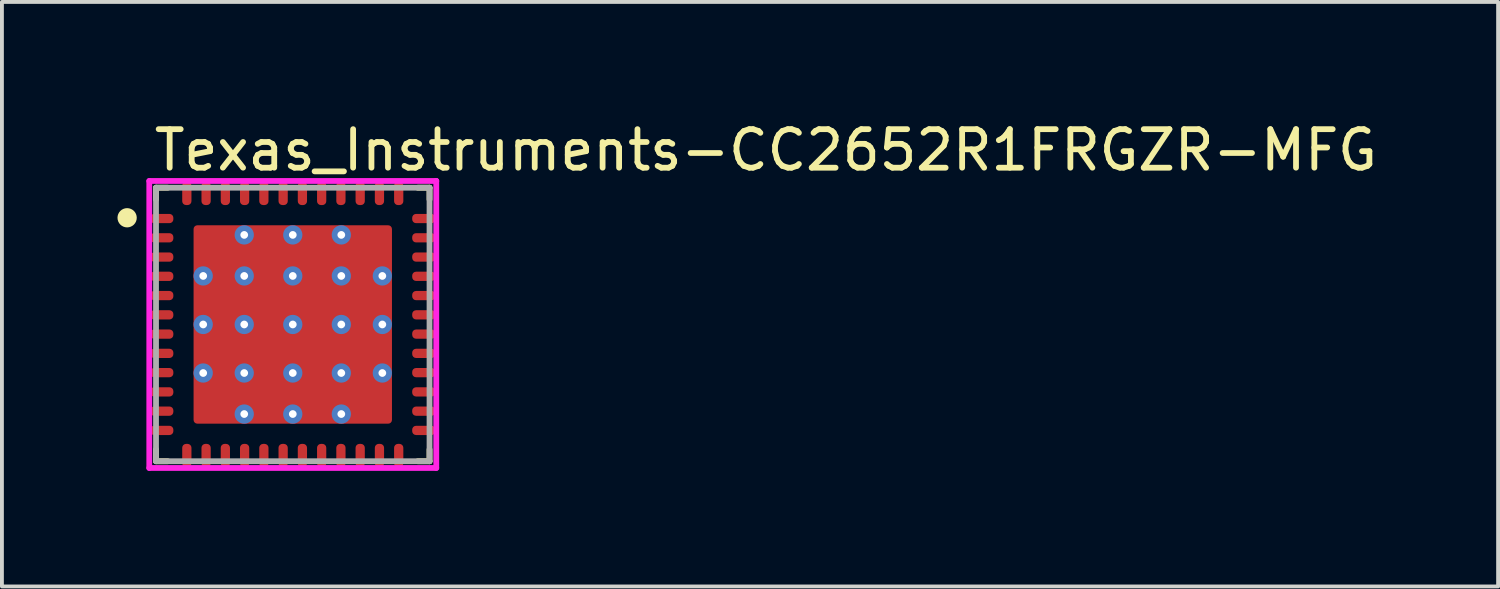
<source format=kicad_pcb>
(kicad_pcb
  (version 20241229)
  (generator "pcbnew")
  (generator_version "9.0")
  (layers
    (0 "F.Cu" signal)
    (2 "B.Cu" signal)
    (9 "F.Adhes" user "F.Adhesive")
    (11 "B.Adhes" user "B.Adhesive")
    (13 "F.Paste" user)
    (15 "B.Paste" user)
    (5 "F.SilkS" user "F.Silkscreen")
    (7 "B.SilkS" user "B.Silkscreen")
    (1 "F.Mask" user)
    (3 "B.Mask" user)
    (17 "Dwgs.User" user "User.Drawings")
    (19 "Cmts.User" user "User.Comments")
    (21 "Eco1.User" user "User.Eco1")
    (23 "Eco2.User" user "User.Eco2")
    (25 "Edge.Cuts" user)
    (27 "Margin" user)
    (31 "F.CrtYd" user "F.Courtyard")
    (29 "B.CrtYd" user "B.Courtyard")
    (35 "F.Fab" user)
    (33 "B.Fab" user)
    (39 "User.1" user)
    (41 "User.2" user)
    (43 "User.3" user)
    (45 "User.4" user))
  (footprint "Texas_Instruments-CC2652R1FRGZR-MFG"
    (layer "F.Cu")
    (at 4.55 5.373)
    (property "Reference" "Texas_Instruments-CC2652R1FRGZR-MFG" (at -3.675 -4.525 0) (layer "F.SilkS") (effects (font (size 1 1) (thickness 0.15)) (justify left)))
    (attr through_hole)
    (fp_line (start -3.55 -3.55) (end -3.245 -3.55) (stroke (width 0.15) (type solid)) (layer "F.SilkS"))
    (fp_line (start -3.55 -3.245) (end -3.55 -3.55) (stroke (width 0.15) (type solid)) (layer "F.SilkS"))
    (fp_line (start -3.55 3.55) (end -3.55 3.245) (stroke (width 0.15) (type solid)) (layer "F.SilkS"))
    (fp_line (start -3.55 3.55) (end -3.245 3.55) (stroke (width 0.15) (type solid)) (layer "F.SilkS"))
    (fp_line (start 3.245 -3.55) (end 3.55 -3.55) (stroke (width 0.15) (type solid)) (layer "F.SilkS"))
    (fp_line (start 3.245 3.55) (end 3.55 3.55) (stroke (width 0.15) (type solid)) (layer "F.SilkS"))
    (fp_line (start 3.55 -3.245) (end 3.55 -3.55) (stroke (width 0.15) (type solid)) (layer "F.SilkS"))
    (fp_line (start 3.55 3.55) (end 3.55 3.245) (stroke (width 0.15) (type solid)) (layer "F.SilkS"))
    (fp_circle (center -4.3 -2.77) (end -4.175 -2.77) (stroke (width 0.25) (type solid)) (fill no) (layer "F.SilkS"))
    (fp_line (start -3.725 -3.725) (end -3.725 3.725) (stroke (width 0.15) (type solid)) (layer "F.CrtYd"))
    (fp_line (start -3.725 3.725) (end 3.725 3.725) (stroke (width 0.15) (type solid)) (layer "F.CrtYd"))
    (fp_line (start 3.725 -3.725) (end -3.725 -3.725) (stroke (width 0.15) (type solid)) (layer "F.CrtYd"))
    (fp_line (start 3.725 -3.725) (end 3.725 -3.725) (stroke (width 0.15) (type solid)) (layer "F.CrtYd"))
    (fp_line (start 3.725 3.725) (end 3.725 -3.725) (stroke (width 0.15) (type solid)) (layer "F.CrtYd"))
    (fp_line (start -3.55 -3.55) (end 3.55 -3.55) (stroke (width 0.15) (type solid)) (layer "F.Fab"))
    (fp_line (start -3.55 3.55) (end -3.55 -3.55) (stroke (width 0.15) (type solid)) (layer "F.Fab"))
    (fp_line (start 3.55 -3.55) (end 3.55 3.55) (stroke (width 0.15) (type solid)) (layer "F.Fab"))
    (fp_line (start 3.55 3.55) (end -3.55 3.55) (stroke (width 0.15) (type solid)) (layer "F.Fab"))
    (pad "" smd roundrect (at -1.89 -1.89) (size 1.06 1.06) (layers "F.Paste") (roundrect_rratio 0.094))
    (pad "" smd roundrect (at -1.89 -0.63) (size 1.06 1.06) (layers "F.Paste") (roundrect_rratio 0.094))
    (pad "" smd roundrect (at -1.89 0.63) (size 1.06 1.06) (layers "F.Paste") (roundrect_rratio 0.094))
    (pad "" smd roundrect (at -1.89 1.89) (size 1.06 1.06) (layers "F.Paste") (roundrect_rratio 0.094))
    (pad "" smd roundrect (at -0.63 -1.89) (size 1.06 1.06) (layers "F.Paste") (roundrect_rratio 0.094))
    (pad "" smd roundrect (at -0.63 -0.63) (size 1.06 1.06) (layers "F.Paste") (roundrect_rratio 0.094))
    (pad "" smd roundrect (at -0.63 0.63) (size 1.06 1.06) (layers "F.Paste") (roundrect_rratio 0.094))
    (pad "" smd roundrect (at -0.63 1.89) (size 1.06 1.06) (layers "F.Paste") (roundrect_rratio 0.094))
    (pad "" smd roundrect (at 0.63 -1.89) (size 1.06 1.06) (layers "F.Paste") (roundrect_rratio 0.094))
    (pad "" smd roundrect (at 0.63 -0.63) (size 1.06 1.06) (layers "F.Paste") (roundrect_rratio 0.094))
    (pad "" smd roundrect (at 0.63 0.63) (size 1.06 1.06) (layers "F.Paste") (roundrect_rratio 0.094))
    (pad "" smd roundrect (at 0.63 1.89) (size 1.06 1.06) (layers "F.Paste") (roundrect_rratio 0.094))
    (pad "" smd roundrect (at 1.89 -1.89) (size 1.06 1.06) (layers "F.Paste") (roundrect_rratio 0.094))
    (pad "" smd roundrect (at 1.89 -0.63) (size 1.06 1.06) (layers "F.Paste") (roundrect_rratio 0.094))
    (pad "" smd roundrect (at 1.89 0.63) (size 1.06 1.06) (layers "F.Paste") (roundrect_rratio 0.094))
    (pad "" smd roundrect (at 1.89 1.89) (size 1.06 1.06) (layers "F.Paste") (roundrect_rratio 0.094))
    (pad "1" smd roundrect (at -3.4 -2.75) (size 0.6 0.24) (layers "F.Cu" "F.Mask" "F.Paste") (roundrect_rratio 0.417))
    (pad "2" smd roundrect (at -3.4 -2.25) (size 0.6 0.24) (layers "F.Cu" "F.Mask" "F.Paste") (roundrect_rratio 0.417))
    (pad "3" smd roundrect (at -3.4 -1.75) (size 0.6 0.24) (layers "F.Cu" "F.Mask" "F.Paste") (roundrect_rratio 0.417))
    (pad "4" smd roundrect (at -3.4 -1.25) (size 0.6 0.24) (layers "F.Cu" "F.Mask" "F.Paste") (roundrect_rratio 0.417))
    (pad "5" smd roundrect (at -3.4 -0.75) (size 0.6 0.24) (layers "F.Cu" "F.Mask" "F.Paste") (roundrect_rratio 0.417))
    (pad "6" smd roundrect (at -3.4 -0.25) (size 0.6 0.24) (layers "F.Cu" "F.Mask" "F.Paste") (roundrect_rratio 0.417))
    (pad "7" smd roundrect (at -3.4 0.25) (size 0.6 0.24) (layers "F.Cu" "F.Mask" "F.Paste") (roundrect_rratio 0.417))
    (pad "8" smd roundrect (at -3.4 0.75) (size 0.6 0.24) (layers "F.Cu" "F.Mask" "F.Paste") (roundrect_rratio 0.417))
    (pad "9" smd roundrect (at -3.4 1.25) (size 0.6 0.24) (layers "F.Cu" "F.Mask" "F.Paste") (roundrect_rratio 0.417))
    (pad "10" smd roundrect (at -3.4 1.75) (size 0.6 0.24) (layers "F.Cu" "F.Mask" "F.Paste") (roundrect_rratio 0.417))
    (pad "11" smd roundrect (at -3.4 2.25) (size 0.6 0.24) (layers "F.Cu" "F.Mask" "F.Paste") (roundrect_rratio 0.417))
    (pad "12" smd roundrect (at -3.4 2.75) (size 0.6 0.24) (layers "F.Cu" "F.Mask" "F.Paste") (roundrect_rratio 0.417))
    (pad "13" smd roundrect (at -2.75 3.4) (size 0.24 0.6) (layers "F.Cu" "F.Mask" "F.Paste") (roundrect_rratio 0.417))
    (pad "14" smd roundrect (at -2.25 3.4) (size 0.24 0.6) (layers "F.Cu" "F.Mask" "F.Paste") (roundrect_rratio 0.417))
    (pad "15" smd roundrect (at -1.75 3.4) (size 0.24 0.6) (layers "F.Cu" "F.Mask" "F.Paste") (roundrect_rratio 0.417))
    (pad "16" smd roundrect (at -1.25 3.4) (size 0.24 0.6) (layers "F.Cu" "F.Mask" "F.Paste") (roundrect_rratio 0.417))
    (pad "17" smd roundrect (at -0.75 3.4) (size 0.24 0.6) (layers "F.Cu" "F.Mask" "F.Paste") (roundrect_rratio 0.417))
    (pad "18" smd roundrect (at -0.25 3.4) (size 0.24 0.6) (layers "F.Cu" "F.Mask" "F.Paste") (roundrect_rratio 0.417))
    (pad "19" smd roundrect (at 0.25 3.4) (size 0.24 0.6) (layers "F.Cu" "F.Mask" "F.Paste") (roundrect_rratio 0.417))
    (pad "20" smd roundrect (at 0.75 3.4) (size 0.24 0.6) (layers "F.Cu" "F.Mask" "F.Paste") (roundrect_rratio 0.417))
    (pad "21" smd roundrect (at 1.25 3.4) (size 0.24 0.6) (layers "F.Cu" "F.Mask" "F.Paste") (roundrect_rratio 0.417))
    (pad "22" smd roundrect (at 1.75 3.4) (size 0.24 0.6) (layers "F.Cu" "F.Mask" "F.Paste") (roundrect_rratio 0.417))
    (pad "23" smd roundrect (at 2.25 3.4) (size 0.24 0.6) (layers "F.Cu" "F.Mask" "F.Paste") (roundrect_rratio 0.417))
    (pad "24" smd roundrect (at 2.75 3.4) (size 0.24 0.6) (layers "F.Cu" "F.Mask" "F.Paste") (roundrect_rratio 0.417))
    (pad "25" smd roundrect (at 3.4 2.75) (size 0.6 0.24) (layers "F.Cu" "F.Mask" "F.Paste") (roundrect_rratio 0.417))
    (pad "26" smd roundrect (at 3.4 2.25) (size 0.6 0.24) (layers "F.Cu" "F.Mask" "F.Paste") (roundrect_rratio 0.417))
    (pad "27" smd roundrect (at 3.4 1.75) (size 0.6 0.24) (layers "F.Cu" "F.Mask" "F.Paste") (roundrect_rratio 0.417))
    (pad "28" smd roundrect (at 3.4 1.25) (size 0.6 0.24) (layers "F.Cu" "F.Mask" "F.Paste") (roundrect_rratio 0.417))
    (pad "29" smd roundrect (at 3.4 0.75) (size 0.6 0.24) (layers "F.Cu" "F.Mask" "F.Paste") (roundrect_rratio 0.417))
    (pad "30" smd roundrect (at 3.4 0.25) (size 0.6 0.24) (layers "F.Cu" "F.Mask" "F.Paste") (roundrect_rratio 0.417))
    (pad "31" smd roundrect (at 3.4 -0.25) (size 0.6 0.24) (layers "F.Cu" "F.Mask" "F.Paste") (roundrect_rratio 0.417))
    (pad "32" smd roundrect (at 3.4 -0.75) (size 0.6 0.24) (layers "F.Cu" "F.Mask" "F.Paste") (roundrect_rratio 0.417))
    (pad "33" smd roundrect (at 3.4 -1.25) (size 0.6 0.24) (layers "F.Cu" "F.Mask" "F.Paste") (roundrect_rratio 0.417))
    (pad "34" smd roundrect (at 3.4 -1.75) (size 0.6 0.24) (layers "F.Cu" "F.Mask" "F.Paste") (roundrect_rratio 0.417))
    (pad "35" smd roundrect (at 3.4 -2.25) (size 0.6 0.24) (layers "F.Cu" "F.Mask" "F.Paste") (roundrect_rratio 0.417))
    (pad "36" smd roundrect (at 3.4 -2.75) (size 0.6 0.24) (layers "F.Cu" "F.Mask" "F.Paste") (roundrect_rratio 0.417))
    (pad "37" smd roundrect (at 2.75 -3.4) (size 0.24 0.6) (layers "F.Cu" "F.Mask" "F.Paste") (roundrect_rratio 0.417))
    (pad "38" smd roundrect (at 2.25 -3.4) (size 0.24 0.6) (layers "F.Cu" "F.Mask" "F.Paste") (roundrect_rratio 0.417))
    (pad "39" smd roundrect (at 1.75 -3.4) (size 0.24 0.6) (layers "F.Cu" "F.Mask" "F.Paste") (roundrect_rratio 0.417))
    (pad "40" smd roundrect (at 1.25 -3.4) (size 0.24 0.6) (layers "F.Cu" "F.Mask" "F.Paste") (roundrect_rratio 0.417))
    (pad "41" smd roundrect (at 0.75 -3.4) (size 0.24 0.6) (layers "F.Cu" "F.Mask" "F.Paste") (roundrect_rratio 0.417))
    (pad "42" smd roundrect (at 0.25 -3.4) (size 0.24 0.6) (layers "F.Cu" "F.Mask" "F.Paste") (roundrect_rratio 0.417))
    (pad "43" smd roundrect (at -0.25 -3.4) (size 0.24 0.6) (layers "F.Cu" "F.Mask" "F.Paste") (roundrect_rratio 0.417))
    (pad "44" smd roundrect (at -0.75 -3.4) (size 0.24 0.6) (layers "F.Cu" "F.Mask" "F.Paste") (roundrect_rratio 0.417))
    (pad "45" smd roundrect (at -1.25 -3.4) (size 0.24 0.6) (layers "F.Cu" "F.Mask" "F.Paste") (roundrect_rratio 0.417))
    (pad "46" smd roundrect (at -1.75 -3.4) (size 0.24 0.6) (layers "F.Cu" "F.Mask" "F.Paste") (roundrect_rratio 0.417))
    (pad "47" smd roundrect (at -2.25 -3.4) (size 0.24 0.6) (layers "F.Cu" "F.Mask" "F.Paste") (roundrect_rratio 0.417))
    (pad "48" smd roundrect (at -2.75 -3.4) (size 0.24 0.6) (layers "F.Cu" "F.Mask" "F.Paste") (roundrect_rratio 0.417))
    (pad "49" smd roundrect (at 0 0) (size 5.15 5.15) (layers "F.Cu" "F.Mask") (roundrect_rratio 0.019))
    (pad "~" thru_hole circle (at -2.325 -1.26) (size 0.5 0.5) (drill 0.2) (layers "*.Cu"))
    (pad "~" thru_hole circle (at -2.325 0) (size 0.5 0.5) (drill 0.2) (layers "*.Cu"))
    (pad "~" thru_hole circle (at -2.325 1.26) (size 0.5 0.5) (drill 0.2) (layers "*.Cu"))
    (pad "~" thru_hole circle (at -1.26 -2.325) (size 0.5 0.5) (drill 0.2) (layers "*.Cu"))
    (pad "~" thru_hole circle (at -1.26 -1.26) (size 0.5 0.5) (drill 0.2) (layers "*.Cu"))
    (pad "~" thru_hole circle (at -1.26 0) (size 0.5 0.5) (drill 0.2) (layers "*.Cu"))
    (pad "~" thru_hole circle (at -1.26 1.26) (size 0.5 0.5) (drill 0.2) (layers "*.Cu"))
    (pad "~" thru_hole circle (at -1.26 2.325) (size 0.5 0.5) (drill 0.2) (layers "*.Cu"))
    (pad "~" thru_hole circle (at 0 -2.325) (size 0.5 0.5) (drill 0.2) (layers "*.Cu"))
    (pad "~" thru_hole circle (at 0 -1.26) (size 0.5 0.5) (drill 0.2) (layers "*.Cu"))
    (pad "~" thru_hole circle (at 0 0) (size 0.5 0.5) (drill 0.2) (layers "*.Cu"))
    (pad "~" thru_hole circle (at 0 1.26) (size 0.5 0.5) (drill 0.2) (layers "*.Cu"))
    (pad "~" thru_hole circle (at 0 2.325) (size 0.5 0.5) (drill 0.2) (layers "*.Cu"))
    (pad "~" thru_hole circle (at 1.26 -2.325) (size 0.5 0.5) (drill 0.2) (layers "*.Cu"))
    (pad "~" thru_hole circle (at 1.26 -1.26) (size 0.5 0.5) (drill 0.2) (layers "*.Cu"))
    (pad "~" thru_hole circle (at 1.26 0) (size 0.5 0.5) (drill 0.2) (layers "*.Cu"))
    (pad "~" thru_hole circle (at 1.26 1.26) (size 0.5 0.5) (drill 0.2) (layers "*.Cu"))
    (pad "~" thru_hole circle (at 1.26 2.325) (size 0.5 0.5) (drill 0.2) (layers "*.Cu"))
    (pad "~" thru_hole circle (at 2.325 -1.26) (size 0.5 0.5) (drill 0.2) (layers "*.Cu"))
    (pad "~" thru_hole circle (at 2.325 0) (size 0.5 0.5) (drill 0.2) (layers "*.Cu"))
    (pad "~" thru_hole circle (at 2.325 1.26) (size 0.5 0.5) (drill 0.2) (layers "*.Cu")))
  (gr_rect
    (start -3 -3)
    (end 35.839 12.173)
    (stroke (width 0.1) (type default))
    (fill no)
    (layer "Edge.Cuts")))
</source>
